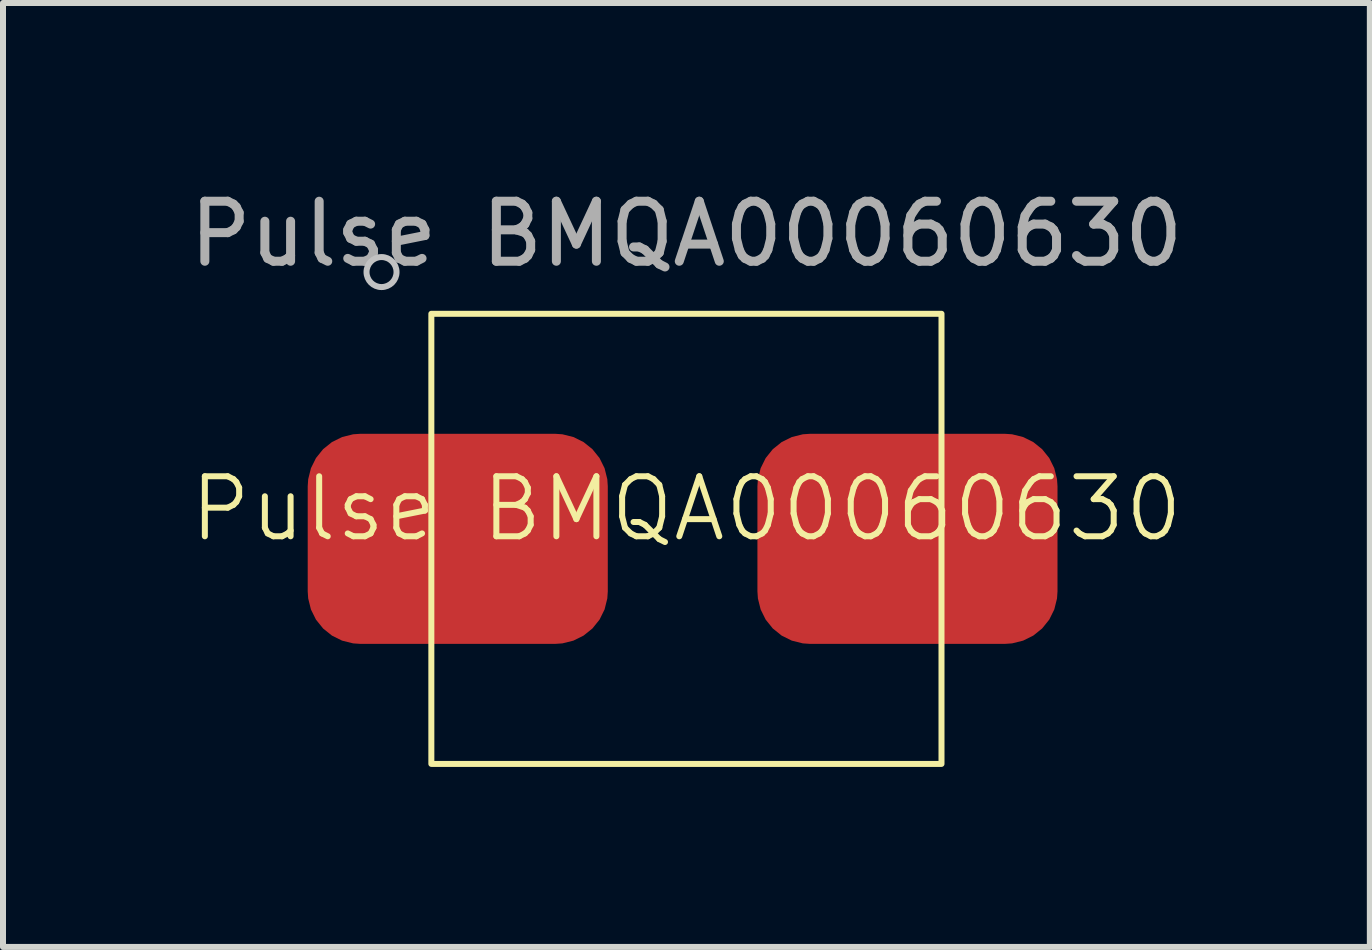
<source format=kicad_pcb>
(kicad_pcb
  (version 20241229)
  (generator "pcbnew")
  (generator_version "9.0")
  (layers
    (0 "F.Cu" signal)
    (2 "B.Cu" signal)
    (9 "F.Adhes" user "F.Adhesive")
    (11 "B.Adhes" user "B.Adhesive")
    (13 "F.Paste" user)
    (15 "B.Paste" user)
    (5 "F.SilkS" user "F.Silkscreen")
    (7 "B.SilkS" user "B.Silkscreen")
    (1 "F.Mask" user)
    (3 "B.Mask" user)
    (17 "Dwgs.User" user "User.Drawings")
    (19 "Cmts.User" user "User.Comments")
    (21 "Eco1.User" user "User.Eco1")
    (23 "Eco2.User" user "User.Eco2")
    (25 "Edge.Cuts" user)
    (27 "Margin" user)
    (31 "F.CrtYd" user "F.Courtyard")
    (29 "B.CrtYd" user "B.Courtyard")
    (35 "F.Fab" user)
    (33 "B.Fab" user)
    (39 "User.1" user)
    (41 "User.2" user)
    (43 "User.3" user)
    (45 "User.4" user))
  (footprint "Pulse BMQA00060630"
    (layer "F.Cu")
    (at 8.387 5.928)
    (property "Reference" "Pulse BMQA00060630" (at 0 -0.5 0) (unlocked yes) (layer "F.SilkS") (effects (font (size 1 1) (thickness 0.1))))
    (attr smd)
    (fp_rect (start -4.25 -3.75) (end 4.25 3.75) (stroke (width 0.1) (type default)) (fill no) (layer "F.SilkS"))
    (fp_circle (center -5.08 -4.445) (end -4.83 -4.445) (stroke (width 0.1) (type default)) (fill no) (layer "Dwgs.User"))
    (fp_text user "${REFERENCE}" (at 0 -5.08 0) (unlocked yes) (layer "F.Fab") (effects (font (size 1 1) (thickness 0.15))))
    (pad "1" smd roundrect (at -3.81 0) (size 5 3.5) (layers "F.Cu" "F.Mask" "F.Paste") (roundrect_rratio 0.25))
    (pad "2" smd roundrect (at 3.683 0) (size 5 3.5) (layers "F.Cu" "F.Mask" "F.Paste") (roundrect_rratio 0.25)))
  (gr_rect
    (start -3 -3)
    (end 19.774 12.728)
    (stroke (width 0.1) (type default))
    (fill no)
    (layer "Edge.Cuts")))
</source>
